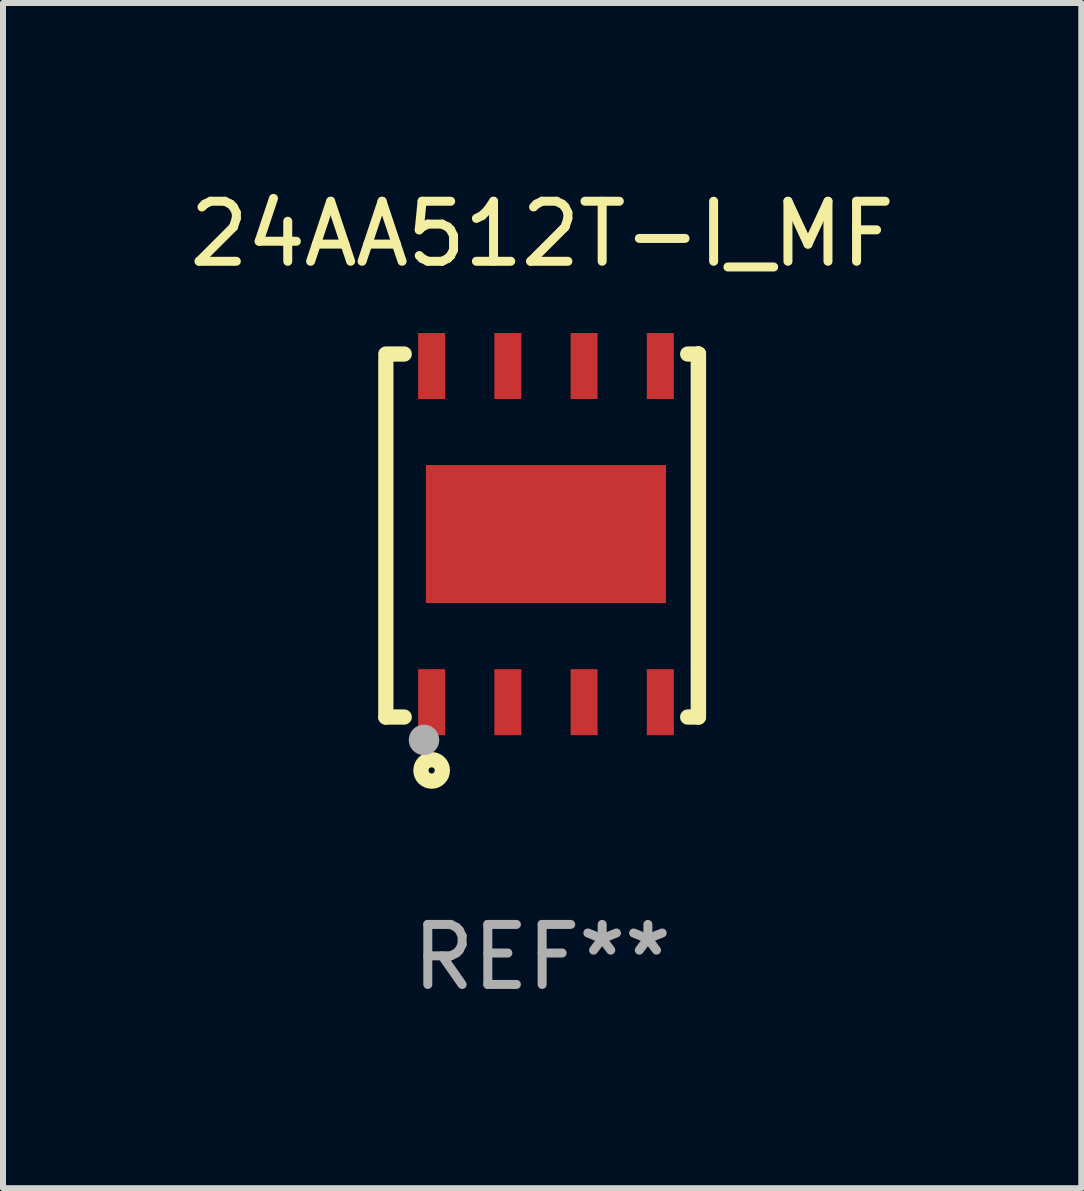
<source format=kicad_pcb>
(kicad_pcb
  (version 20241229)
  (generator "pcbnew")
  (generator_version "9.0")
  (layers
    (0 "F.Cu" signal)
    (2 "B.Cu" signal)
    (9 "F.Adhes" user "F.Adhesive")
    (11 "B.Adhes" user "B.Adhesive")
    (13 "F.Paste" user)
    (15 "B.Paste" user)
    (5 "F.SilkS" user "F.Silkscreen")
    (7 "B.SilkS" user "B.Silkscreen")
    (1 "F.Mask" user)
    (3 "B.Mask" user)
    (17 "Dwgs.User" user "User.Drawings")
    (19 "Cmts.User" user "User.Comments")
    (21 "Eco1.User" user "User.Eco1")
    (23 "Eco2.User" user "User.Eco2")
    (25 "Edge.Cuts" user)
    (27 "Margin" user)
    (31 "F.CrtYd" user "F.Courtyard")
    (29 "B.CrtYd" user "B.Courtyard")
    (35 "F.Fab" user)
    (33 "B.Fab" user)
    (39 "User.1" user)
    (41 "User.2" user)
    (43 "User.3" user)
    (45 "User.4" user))
  (footprint "24AA512T-I_MF"
    (layer "F.Cu")
    (at 5.982 5.872)
    (property "Reference" "24AA512T-I_MF" (at 0 -5.024 0) (layer "F.SilkS") (effects (font (size 1 1) (thickness 0.15))))
    (attr through_hole)
    (fp_line (start -2.604 -2.945) (end -2.604 3.024) (stroke (width 0.254) (type solid)) (layer "F.SilkS"))
    (fp_line (start -2.604 3.024) (end -2.298 3.024) (stroke (width 0.254) (type solid)) (layer "F.SilkS"))
    (fp_line (start -2.298 -3.024) (end -2.604 -3.024) (stroke (width 0.254) (type solid)) (layer "F.SilkS"))
    (fp_line (start 2.425 3.024) (end 2.604 3.024) (stroke (width 0.254) (type solid)) (layer "F.SilkS"))
    (fp_line (start 2.604 -3.024) (end 2.425 -3.024) (stroke (width 0.254) (type solid)) (layer "F.SilkS"))
    (fp_line (start 2.604 -3.024) (end 2.604 2.976) (stroke (width 0.254) (type solid)) (layer "F.SilkS"))
    (fp_line (start 2.604 3.024) (end 2.604 -3.024) (stroke (width 0.254) (type solid)) (layer "F.SilkS"))
    (fp_circle (center -2.436 2.976) (end -2.406 2.976) (stroke (width 0.06) (type solid)) (fill no) (layer "F.SilkS"))
    (fp_circle (center -1.841 3.913) (end -1.662 3.913) (stroke (width 0.254) (type solid)) (fill no) (layer "F.SilkS"))
    (fp_circle (center -1.968 3.405) (end -1.841 3.405) (stroke (width 0.254) (type solid)) (fill no) (layer "F.Fab"))
    (fp_text user "REF**" (at 0 7.024 0) (layer "F.Fab") (effects (font (size 1 1) (thickness 0.15))))
    (pad "1" smd rect (at -1.841 2.776) (size 0.45 1.1) (layers "F.Cu" "F.Mask" "F.Paste"))
    (pad "2" smd rect (at -0.571 2.776) (size 0.45 1.1) (layers "F.Cu" "F.Mask" "F.Paste"))
    (pad "3" smd rect (at 0.699 2.776) (size 0.45 1.1) (layers "F.Cu" "F.Mask" "F.Paste"))
    (pad "4" smd rect (at 1.969 2.776) (size 0.45 1.1) (layers "F.Cu" "F.Mask" "F.Paste"))
    (pad "5" smd rect (at 1.969 -2.824) (size 0.45 1.1) (layers "F.Cu" "F.Mask" "F.Paste"))
    (pad "6" smd rect (at 0.699 -2.824) (size 0.45 1.1) (layers "F.Cu" "F.Mask" "F.Paste"))
    (pad "7" smd rect (at -0.571 -2.824) (size 0.45 1.1) (layers "F.Cu" "F.Mask" "F.Paste"))
    (pad "8" smd rect (at -1.841 -2.824) (size 0.45 1.1) (layers "F.Cu" "F.Mask" "F.Paste"))
    (pad "9" smd rect (at 0.064 -0.024) (size 4 2.3) (layers "F.Cu" "F.Mask" "F.Paste")))
  (gr_rect
    (start -3 -3)
    (end 14.964 16.745)
    (stroke (width 0.1) (type default))
    (fill no)
    (layer "Edge.Cuts")))
</source>
